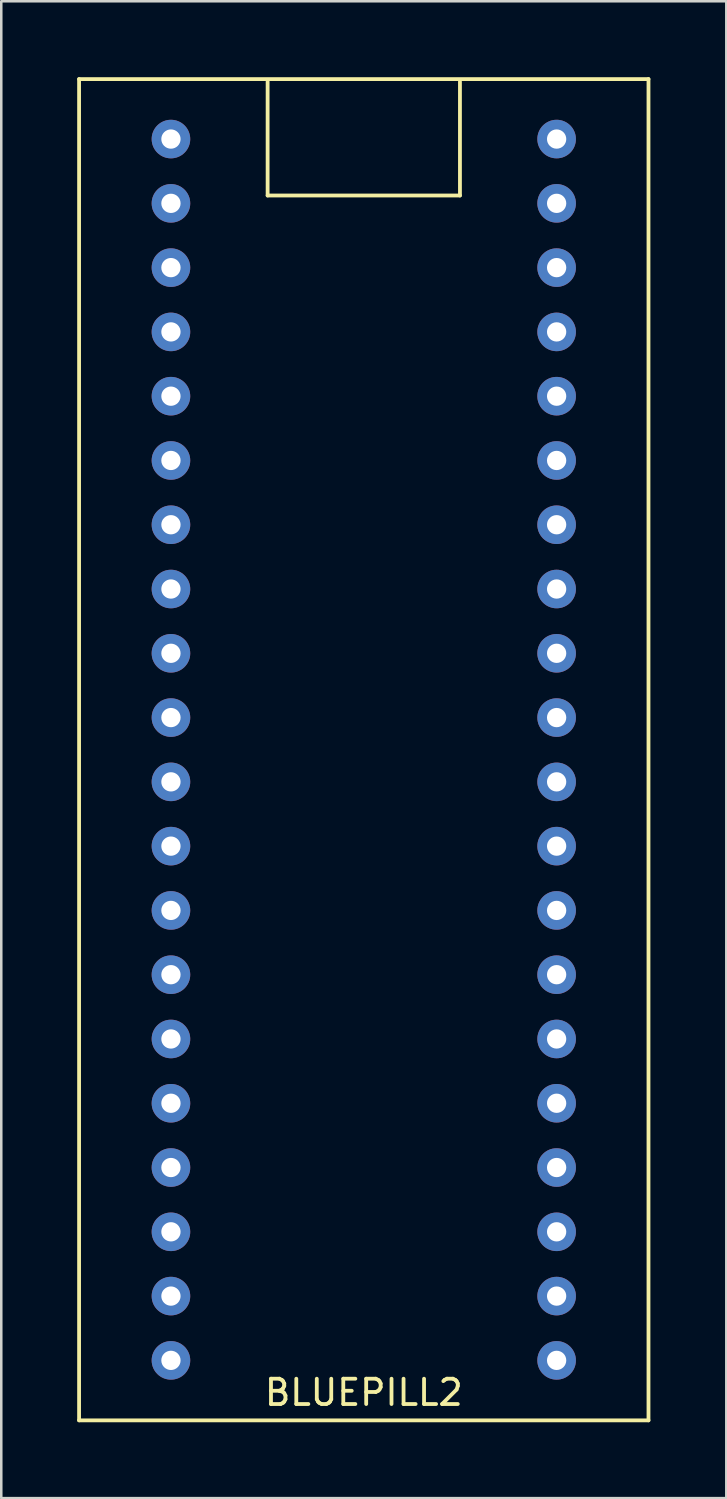
<source format=kicad_pcb>
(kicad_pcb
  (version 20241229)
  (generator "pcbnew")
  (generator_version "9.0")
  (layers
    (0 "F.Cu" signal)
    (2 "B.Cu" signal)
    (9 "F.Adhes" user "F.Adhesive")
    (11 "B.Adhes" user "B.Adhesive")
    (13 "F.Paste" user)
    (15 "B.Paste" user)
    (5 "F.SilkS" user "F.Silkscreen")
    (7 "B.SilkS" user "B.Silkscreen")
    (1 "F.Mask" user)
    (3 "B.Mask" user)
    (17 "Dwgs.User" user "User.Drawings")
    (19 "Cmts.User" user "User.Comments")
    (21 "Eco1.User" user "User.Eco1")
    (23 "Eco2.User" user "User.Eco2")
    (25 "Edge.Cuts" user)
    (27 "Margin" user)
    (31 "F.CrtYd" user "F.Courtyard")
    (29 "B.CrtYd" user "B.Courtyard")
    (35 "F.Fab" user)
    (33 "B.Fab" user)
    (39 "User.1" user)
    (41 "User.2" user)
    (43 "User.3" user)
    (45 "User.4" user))
  (footprint "BLUEPILL2"
    (layer "F.Cu")
    (at 11.325 26.575)
    (property "Reference" "BLUEPILL2" (at 0 25.4 0) (layer "F.SilkS") (effects (font (size 1 1) (thickness 0.15))))
    (attr through_hole)
    (fp_line (start -11.25 -26.5) (end 11.25 -26.5) (stroke (width 0.15) (type solid)) (layer "F.SilkS"))
    (fp_line (start -11.25 26.5) (end -11.25 -26.5) (stroke (width 0.15) (type solid)) (layer "F.SilkS"))
    (fp_line (start -3.8 -26.4) (end -3.8 -21.9) (stroke (width 0.15) (type solid)) (layer "F.SilkS"))
    (fp_line (start -3.8 -21.9) (end 3.8 -21.9) (stroke (width 0.15) (type solid)) (layer "F.SilkS"))
    (fp_line (start 3.8 -21.9) (end 3.8 -26.4) (stroke (width 0.15) (type solid)) (layer "F.SilkS"))
    (fp_line (start 11.25 -26.5) (end 11.25 26.5) (stroke (width 0.15) (type solid)) (layer "F.SilkS"))
    (fp_line (start 11.25 26.5) (end -11.25 26.5) (stroke (width 0.15) (type solid)) (layer "F.SilkS"))
    (pad "3V3" thru_hole circle (at -7.62 24.13) (size 1.524 1.524) (drill 0.762) (layers "*.Cu" "*.Mask"))
    (pad "3V3" thru_hole circle (at 7.62 -19.05) (size 1.524 1.524) (drill 0.762) (layers "*.Cu" "*.Mask"))
    (pad "5V" thru_hole circle (at -7.62 19.05) (size 1.524 1.524) (drill 0.762) (layers "*.Cu" "*.Mask"))
    (pad "G" thru_hole circle (at -7.62 21.59) (size 1.524 1.524) (drill 0.762) (layers "*.Cu" "*.Mask"))
    (pad "G" thru_hole circle (at 7.62 -24.13) (size 1.524 1.524) (drill 0.762) (layers "*.Cu" "*.Mask"))
    (pad "G" thru_hole circle (at 7.62 -21.59) (size 1.524 1.524) (drill 0.762) (layers "*.Cu" "*.Mask"))
    (pad "NRST" thru_hole circle (at 7.62 -16.51) (size 1.524 1.524) (drill 0.762) (layers "*.Cu" "*.Mask"))
    (pad "PA0" thru_hole circle (at 7.62 13.97) (size 1.524 1.524) (drill 0.762) (layers "*.Cu" "*.Mask"))
    (pad "PA1" thru_hole circle (at 7.62 11.43) (size 1.524 1.524) (drill 0.762) (layers "*.Cu" "*.Mask"))
    (pad "PA2" thru_hole circle (at 7.62 8.89) (size 1.524 1.524) (drill 0.762) (layers "*.Cu" "*.Mask"))
    (pad "PA3" thru_hole circle (at 7.62 6.35) (size 1.524 1.524) (drill 0.762) (layers "*.Cu" "*.Mask"))
    (pad "PA4" thru_hole circle (at 7.62 3.81) (size 1.524 1.524) (drill 0.762) (layers "*.Cu" "*.Mask"))
    (pad "PA5" thru_hole circle (at 7.62 1.27) (size 1.524 1.524) (drill 0.762) (layers "*.Cu" "*.Mask"))
    (pad "PA6" thru_hole circle (at 7.62 -1.27) (size 1.524 1.524) (drill 0.762) (layers "*.Cu" "*.Mask"))
    (pad "PA7" thru_hole circle (at 7.62 -3.81) (size 1.524 1.524) (drill 0.762) (layers "*.Cu" "*.Mask"))
    (pad "PA8" thru_hole circle (at -7.62 -13.97) (size 1.524 1.524) (drill 0.762) (layers "*.Cu" "*.Mask"))
    (pad "PA9" thru_hole circle (at -7.62 -11.43) (size 1.524 1.524) (drill 0.762) (layers "*.Cu" "*.Mask"))
    (pad "PA10" thru_hole circle (at -7.62 -8.89) (size 1.524 1.524) (drill 0.762) (layers "*.Cu" "*.Mask"))
    (pad "PA11" thru_hole circle (at -7.62 -6.35) (size 1.524 1.524) (drill 0.762) (layers "*.Cu" "*.Mask"))
    (pad "PA12" thru_hole circle (at -7.62 -3.81) (size 1.524 1.524) (drill 0.762) (layers "*.Cu" "*.Mask"))
    (pad "PA15" thru_hole circle (at -7.62 -1.27) (size 1.524 1.524) (drill 0.762) (layers "*.Cu" "*.Mask"))
    (pad "PB0" thru_hole circle (at 7.62 -6.35) (size 1.524 1.524) (drill 0.762) (layers "*.Cu" "*.Mask"))
    (pad "PB1" thru_hole circle (at 7.62 -8.89) (size 1.524 1.524) (drill 0.762) (layers "*.Cu" "*.Mask"))
    (pad "PB3" thru_hole circle (at -7.62 1.27) (size 1.524 1.524) (drill 0.762) (layers "*.Cu" "*.Mask"))
    (pad "PB4" thru_hole circle (at -7.62 3.81) (size 1.524 1.524) (drill 0.762) (layers "*.Cu" "*.Mask"))
    (pad "PB5" thru_hole circle (at -7.62 6.35) (size 1.524 1.524) (drill 0.762) (layers "*.Cu" "*.Mask"))
    (pad "PB6" thru_hole circle (at -7.62 8.89) (size 1.524 1.524) (drill 0.762) (layers "*.Cu" "*.Mask"))
    (pad "PB7" thru_hole circle (at -7.62 11.43) (size 1.524 1.524) (drill 0.762) (layers "*.Cu" "*.Mask"))
    (pad "PB8" thru_hole circle (at -7.62 13.97) (size 1.524 1.524) (drill 0.762) (layers "*.Cu" "*.Mask"))
    (pad "PB9" thru_hole circle (at -7.62 16.51) (size 1.524 1.524) (drill 0.762) (layers "*.Cu" "*.Mask"))
    (pad "PB10" thru_hole circle (at 7.62 -11.43) (size 1.524 1.524) (drill 0.762) (layers "*.Cu" "*.Mask"))
    (pad "PB11" thru_hole circle (at 7.62 -13.97) (size 1.524 1.524) (drill 0.762) (layers "*.Cu" "*.Mask"))
    (pad "PB12" thru_hole circle (at -7.62 -24.13) (size 1.524 1.524) (drill 0.762) (layers "*.Cu" "*.Mask"))
    (pad "PB13" thru_hole circle (at -7.62 -21.59) (size 1.524 1.524) (drill 0.762) (layers "*.Cu" "*.Mask"))
    (pad "PB14" thru_hole circle (at -7.62 -19.05) (size 1.524 1.524) (drill 0.762) (layers "*.Cu" "*.Mask"))
    (pad "PB15" thru_hole circle (at -7.62 -16.51) (size 1.524 1.524) (drill 0.762) (layers "*.Cu" "*.Mask"))
    (pad "PC13" thru_hole circle (at 7.62 21.59) (size 1.524 1.524) (drill 0.762) (layers "*.Cu" "*.Mask"))
    (pad "PC14" thru_hole circle (at 7.62 19.05) (size 1.524 1.524) (drill 0.762) (layers "*.Cu" "*.Mask"))
    (pad "PC15" thru_hole circle (at 7.62 16.51) (size 1.524 1.524) (drill 0.762) (layers "*.Cu" "*.Mask"))
    (pad "VBAT" thru_hole circle (at 7.62 24.13) (size 1.524 1.524) (drill 0.762) (layers "*.Cu" "*.Mask")))
  (gr_rect
    (start -3 -3)
    (end 25.65 56.15)
    (stroke (width 0.1) (type default))
    (fill no)
    (layer "Edge.Cuts")))
</source>
